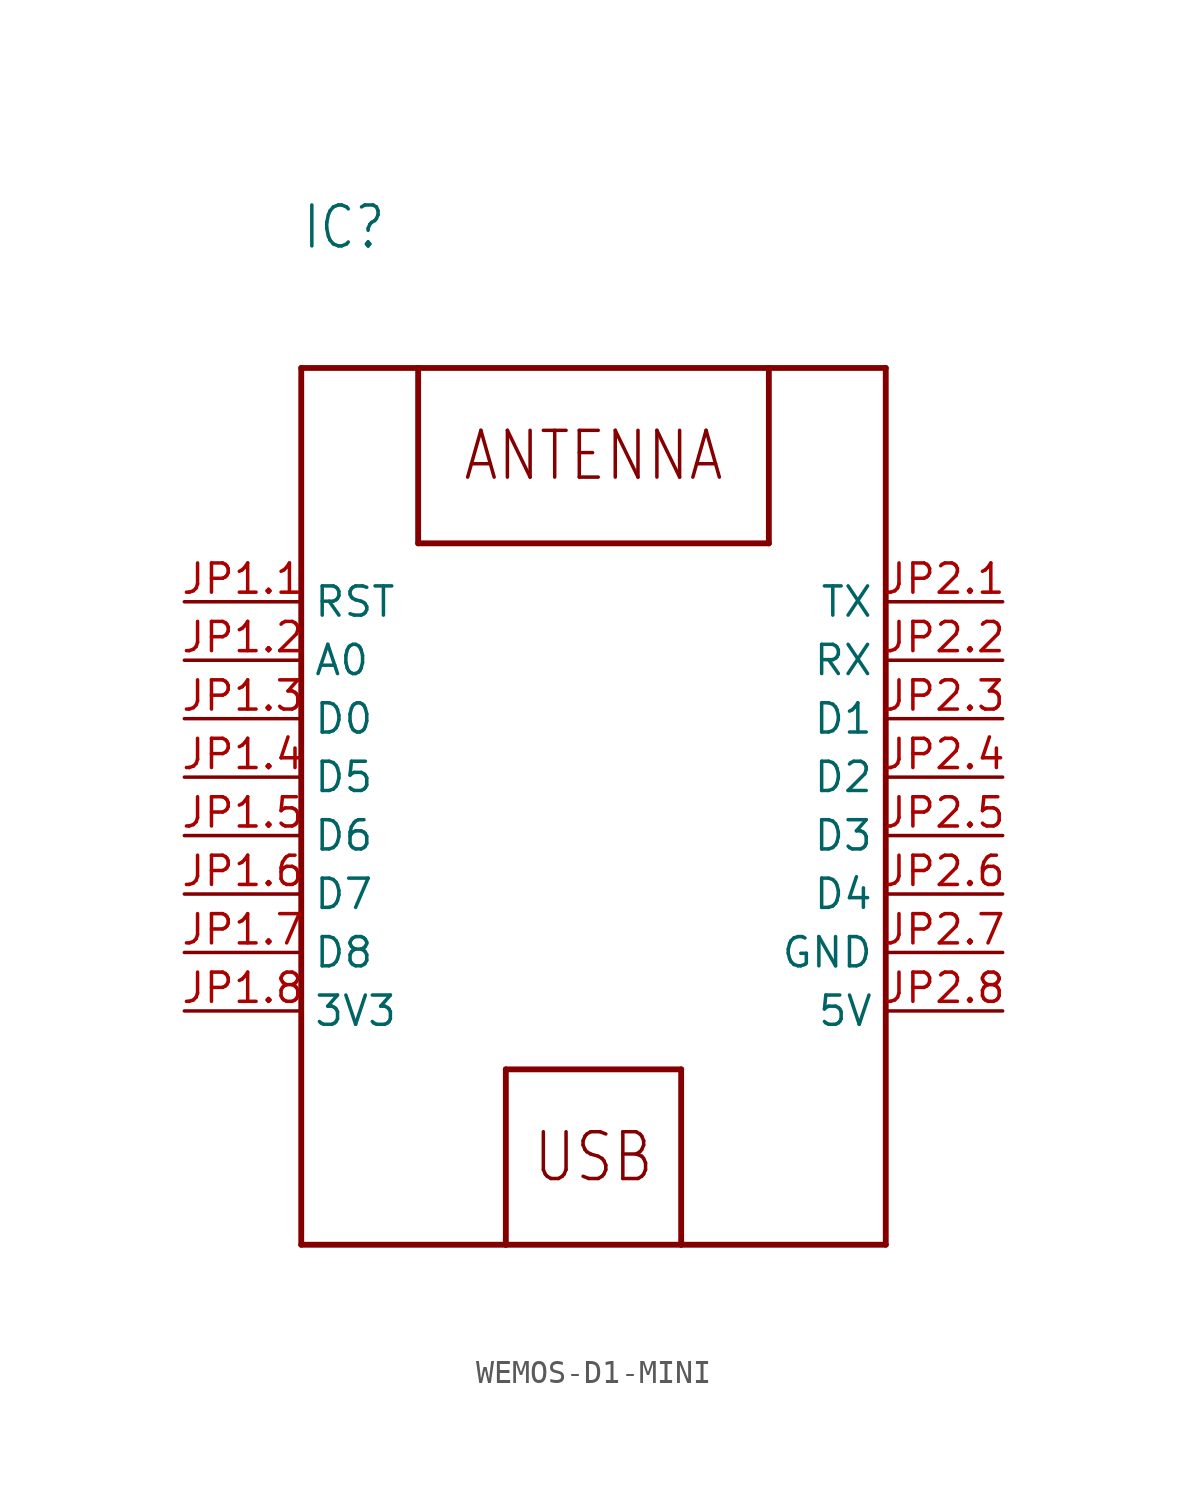
<source format=kicad_sym>
(kicad_symbol_lib
  (version 20220914)
  (generator kicad_symbol_editor)
  (symbol "WEMOS-D1-MINI"
    (property "Reference" "IC"
      (at -12.7 25.4 0)
      (effects (font (size 1.778 1.511)) (justify left bottom)))
    (property "Value" ""
      (at -12.7 22.86 0)
      (effects (font (size 1.778 1.511)) (justify left bottom)))
    (property "ki_locked" ""
      (at 0 0 0)
      (effects (font (size 1.27 1.27))))
    (symbol "WEMOS-D1-MINI_1_0"
      (polyline (pts (xy -12.7 -17.78) (xy -12.7 20.32)) (stroke (width 0.254) (type solid)) (fill (type none)))
      (polyline (pts (xy -12.7 20.32) (xy -7.62 20.32)) (stroke (width 0.254) (type solid)) (fill (type none)))
      (polyline (pts (xy -7.62 12.7) (xy 7.62 12.7)) (stroke (width 0.254) (type solid)) (fill (type none)))
      (polyline (pts (xy -7.62 20.32) (xy -7.62 12.7)) (stroke (width 0.254) (type solid)) (fill (type none)))
      (polyline (pts (xy -7.62 20.32) (xy 7.62 20.32)) (stroke (width 0.254) (type solid)) (fill (type none)))
      (polyline (pts (xy -3.81 -17.78) (xy -12.7 -17.78)) (stroke (width 0.254) (type solid)) (fill (type none)))
      (polyline (pts (xy -3.81 -17.78) (xy -3.81 -10.16)) (stroke (width 0.254) (type solid)) (fill (type none)))
      (polyline (pts (xy -3.81 -10.16) (xy 3.81 -10.16)) (stroke (width 0.254) (type solid)) (fill (type none)))
      (polyline (pts (xy 3.81 -17.78) (xy -3.81 -17.78)) (stroke (width 0.254) (type solid)) (fill (type none)))
      (polyline (pts (xy 3.81 -10.16) (xy 3.81 -17.78)) (stroke (width 0.254) (type solid)) (fill (type none)))
      (polyline (pts (xy 7.62 12.7) (xy 7.62 20.32)) (stroke (width 0.254) (type solid)) (fill (type none)))
      (polyline (pts (xy 7.62 20.32) (xy 12.7 20.32)) (stroke (width 0.254) (type solid)) (fill (type none)))
      (polyline (pts (xy 12.7 -17.78) (xy 3.81 -17.78)) (stroke (width 0.254) (type solid)) (fill (type none)))
      (polyline (pts (xy 12.7 20.32) (xy 12.7 -17.78)) (stroke (width 0.254) (type solid)) (fill (type none)))
      (text "ANTENNA" (at 0 16.51 0) (effects (font (size 2.032 1.727))))
      (text "USB" (at 0 -13.97 0) (effects (font (size 2.032 1.727))))
      (pin bidirectional line (at -17.78 10.16 0) (length 5.08) (name "RST" (effects (font (size 1.27 1.27)))) (number "JP1.1" (effects (font (size 1.27 1.27)))))
      (pin bidirectional line (at -17.78 7.62 0) (length 5.08) (name "A0" (effects (font (size 1.27 1.27)))) (number "JP1.2" (effects (font (size 1.27 1.27)))))
      (pin bidirectional line (at -17.78 5.08 0) (length 5.08) (name "D0" (effects (font (size 1.27 1.27)))) (number "JP1.3" (effects (font (size 1.27 1.27)))))
      (pin bidirectional line (at -17.78 2.54 0) (length 5.08) (name "D5" (effects (font (size 1.27 1.27)))) (number "JP1.4" (effects (font (size 1.27 1.27)))))
      (pin bidirectional line (at -17.78 0 0) (length 5.08) (name "D6" (effects (font (size 1.27 1.27)))) (number "JP1.5" (effects (font (size 1.27 1.27)))))
      (pin bidirectional line (at -17.78 -2.54 0) (length 5.08) (name "D7" (effects (font (size 1.27 1.27)))) (number "JP1.6" (effects (font (size 1.27 1.27)))))
      (pin bidirectional line (at -17.78 -5.08 0) (length 5.08) (name "D8" (effects (font (size 1.27 1.27)))) (number "JP1.7" (effects (font (size 1.27 1.27)))))
      (pin power_in line (at -17.78 -7.62 0) (length 5.08) (name "3V3" (effects (font (size 1.27 1.27)))) (number "JP1.8" (effects (font (size 1.27 1.27)))))
      (pin bidirectional line (at 17.78 10.16 180) (length 5.08) (name "TX" (effects (font (size 1.27 1.27)))) (number "JP2.1" (effects (font (size 1.27 1.27)))))
      (pin bidirectional line (at 17.78 7.62 180) (length 5.08) (name "RX" (effects (font (size 1.27 1.27)))) (number "JP2.2" (effects (font (size 1.27 1.27)))))
      (pin bidirectional line (at 17.78 5.08 180) (length 5.08) (name "D1" (effects (font (size 1.27 1.27)))) (number "JP2.3" (effects (font (size 1.27 1.27)))))
      (pin bidirectional line (at 17.78 2.54 180) (length 5.08) (name "D2" (effects (font (size 1.27 1.27)))) (number "JP2.4" (effects (font (size 1.27 1.27)))))
      (pin bidirectional line (at 17.78 0 180) (length 5.08) (name "D3" (effects (font (size 1.27 1.27)))) (number "JP2.5" (effects (font (size 1.27 1.27)))))
      (pin bidirectional line (at 17.78 -2.54 180) (length 5.08) (name "D4" (effects (font (size 1.27 1.27)))) (number "JP2.6" (effects (font (size 1.27 1.27)))))
      (pin power_in line (at 17.78 -5.08 180) (length 5.08) (name "GND" (effects (font (size 1.27 1.27)))) (number "JP2.7" (effects (font (size 1.27 1.27)))))
      (pin power_in line (at 17.78 -7.62 180) (length 5.08) (name "5V" (effects (font (size 1.27 1.27)))) (number "JP2.8" (effects (font (size 1.27 1.27))))))))
</source>
